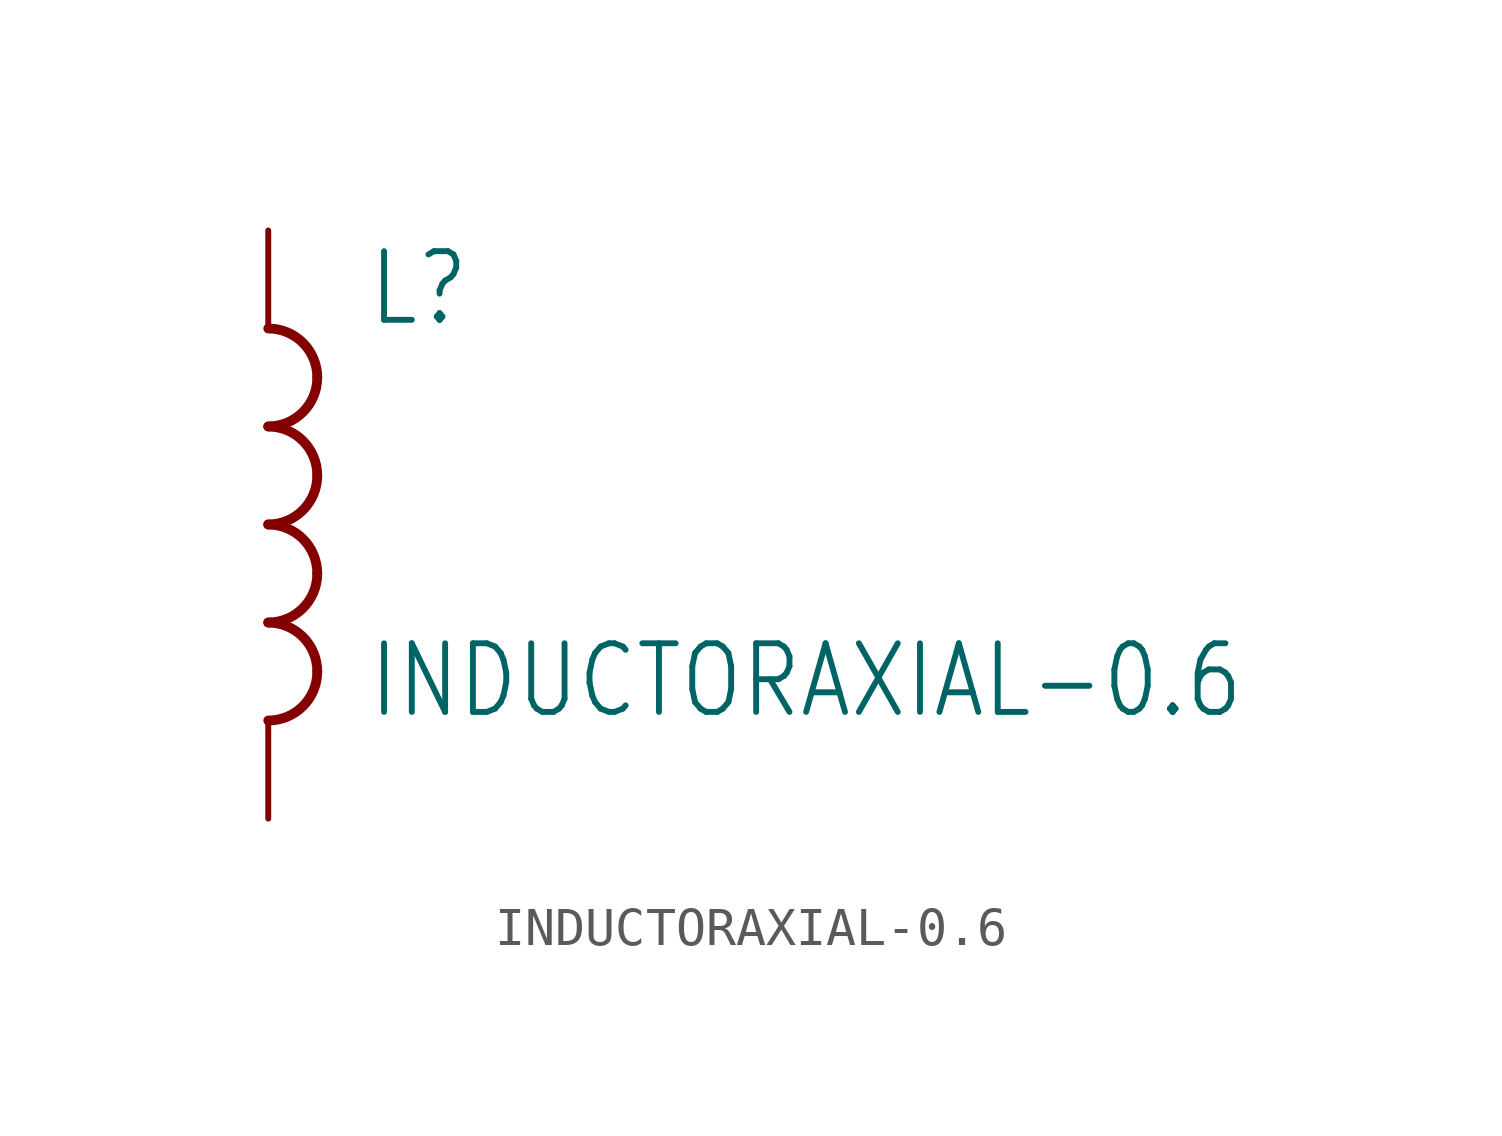
<source format=kicad_sym>
(kicad_symbol_lib
  (version 20211014)
  (generator kicad_symbol_editor)
  (symbol "INDUCTORAXIAL-0.6"
    (property "Reference" "L"
      (at 2.54 5.08 0)
      (effects (font (size 1.778 1.511)) (justify left bottom)))
    (property "Value" "INDUCTORAXIAL-0.6"
      (at 2.54 -5.08 0)
      (effects (font (size 1.778 1.511)) (justify left bottom)))
    (property "ki_locked" ""
      (at 0 0 0)
      (effects (font (size 1.27 1.27))))
    (symbol "INDUCTORAXIAL-0.6_1_0"
      (arc (start 0 -5.08) (mid 0.898 -4.708) (end 1.27 -3.81) (stroke (width 0.254) (type default) (color 0 0 0 0)) (fill (type none)))
      (arc (start 0 -2.54) (mid 0.898 -2.168) (end 1.27 -1.27) (stroke (width 0.254) (type default) (color 0 0 0 0)) (fill (type none)))
      (arc (start 0 0) (mid 0.898 0.372) (end 1.27 1.27) (stroke (width 0.254) (type default) (color 0 0 0 0)) (fill (type none)))
      (arc (start 0 2.54) (mid 0.898 2.912) (end 1.27 3.81) (stroke (width 0.254) (type default) (color 0 0 0 0)) (fill (type none)))
      (arc (start 1.27 -3.81) (mid 0.898 -2.912) (end 0 -2.54) (stroke (width 0.254) (type default) (color 0 0 0 0)) (fill (type none)))
      (arc (start 1.27 -1.27) (mid 0.898 -0.372) (end 0 0) (stroke (width 0.254) (type default) (color 0 0 0 0)) (fill (type none)))
      (arc (start 1.27 1.27) (mid 0.898 2.168) (end 0 2.54) (stroke (width 0.254) (type default) (color 0 0 0 0)) (fill (type none)))
      (arc (start 1.27 3.81) (mid 0.898 4.708) (end 0 5.08) (stroke (width 0.254) (type default) (color 0 0 0 0)) (fill (type none)))
      (pin passive line (at 0 7.62 270) (length 2.54) (name "1" (effects (font (size 0 0)))) (number "P$1" (effects (font (size 0 0)))))
      (pin passive line (at 0 -7.62 90) (length 2.54) (name "2" (effects (font (size 0 0)))) (number "P$2" (effects (font (size 0 0))))))))
</source>
